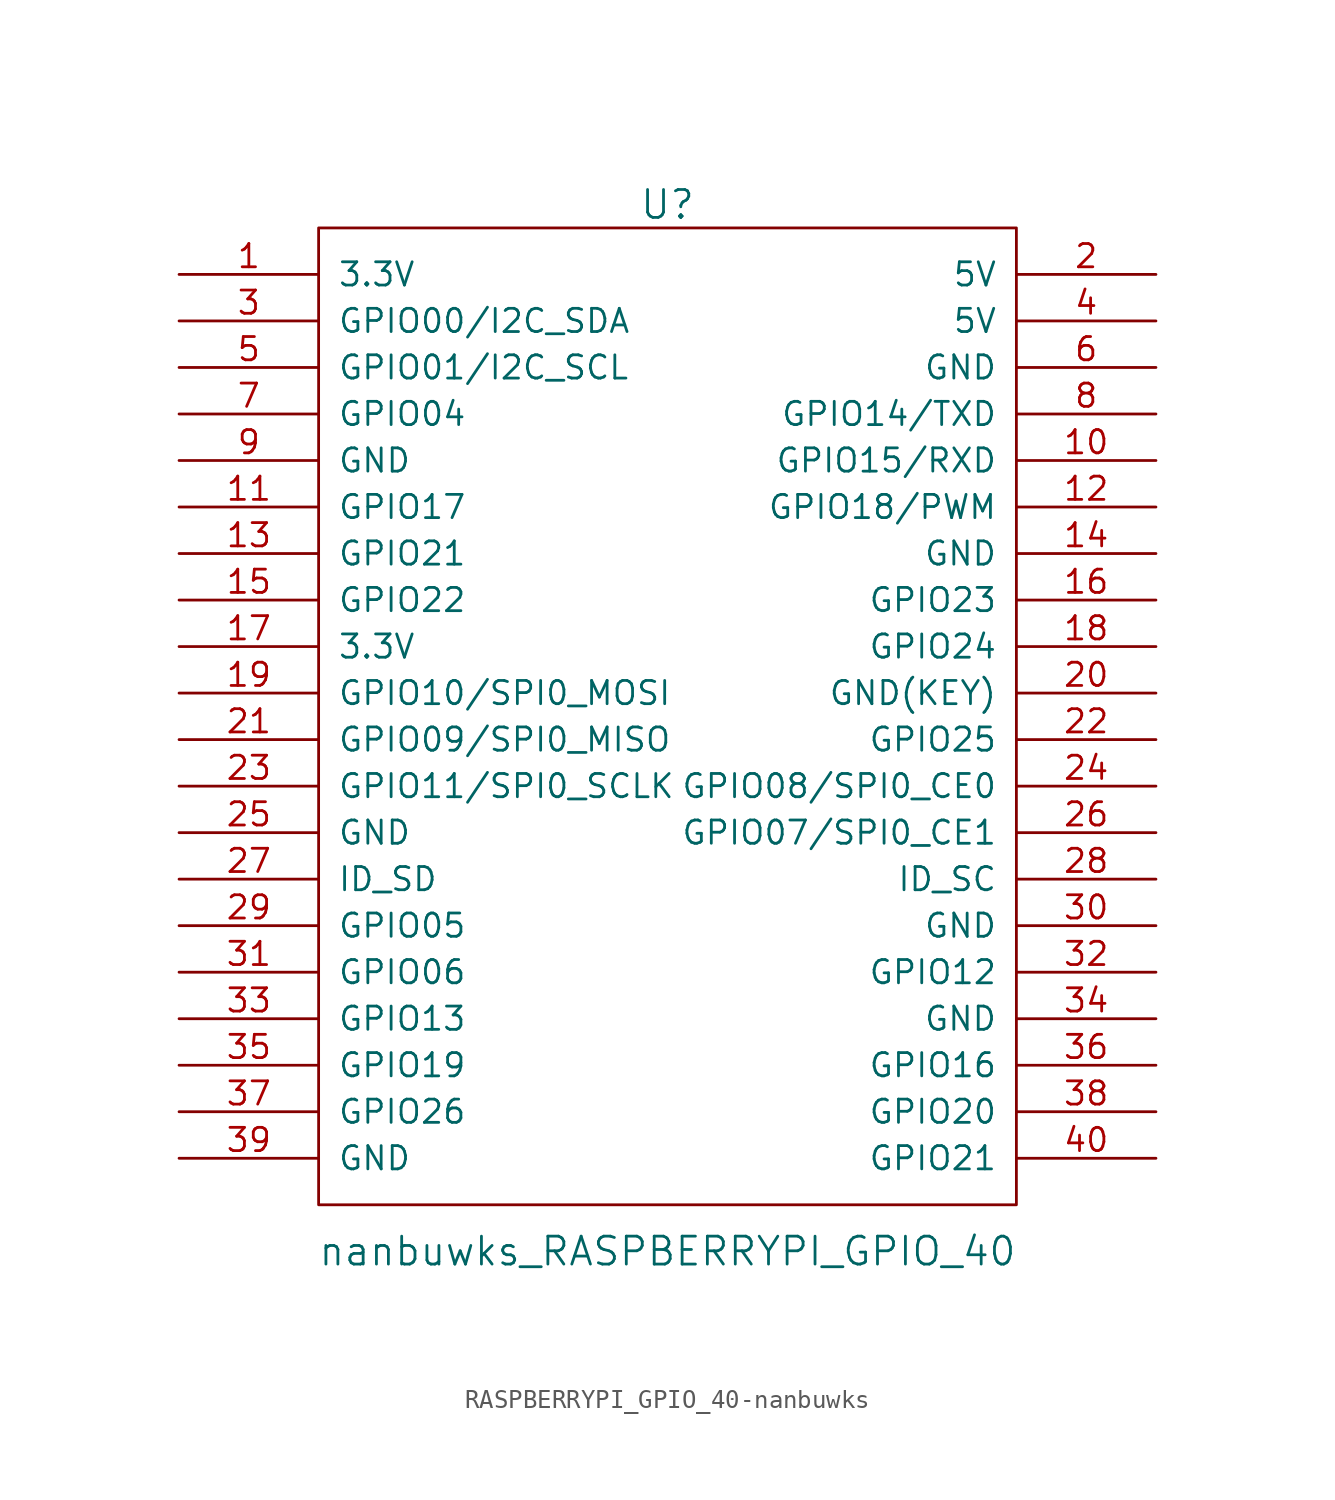
<source format=kicad_sym>
(kicad_symbol_lib
  (version 20220914)
  (generator kicad_symbol_editor)
  (symbol "RASPBERRYPI_GPIO_40-nanbuwks"
    (pin_names
      (offset 1.016))
    (property "Reference" "U"
      (at 0 19.05 0)
      (effects (font (size 1.524 1.524))))
    (property "Value" "nanbuwks_RASPBERRYPI_GPIO_40"
      (at 0 -38.1 0)
      (effects (font (size 1.524 1.524))))
    (property "Footprint" ""
      (at 0 -21.59 0)
      (effects (font (size 1.524 1.524))))
    (property "Datasheet" ""
      (at 0 -21.59 0)
      (effects (font (size 1.524 1.524))))
    (symbol "RASPBERRYPI_GPIO_40-nanbuwks_0_1"
      (rectangle (start -19.05 17.78) (end 19.05 -35.56) (stroke (width 0) (type solid)) (fill (type none))))
    (symbol "RASPBERRYPI_GPIO_40-nanbuwks_1_1"
      (pin input line (at -26.67 15.24 0) (length 7.62) (name "3.3V" (effects (font (size 1.27 1.27)))) (number "1" (effects (font (size 1.27 1.27)))))
      (pin input line (at 26.67 5.08 180) (length 7.62) (name "GPIO15/RXD" (effects (font (size 1.27 1.27)))) (number "10" (effects (font (size 1.27 1.27)))))
      (pin input line (at -26.67 2.54 0) (length 7.62) (name "GPIO17" (effects (font (size 1.27 1.27)))) (number "11" (effects (font (size 1.27 1.27)))))
      (pin input line (at 26.67 2.54 180) (length 7.62) (name "GPIO18/PWM" (effects (font (size 1.27 1.27)))) (number "12" (effects (font (size 1.27 1.27)))))
      (pin input line (at -26.67 0 0) (length 7.62) (name "GPIO21" (effects (font (size 1.27 1.27)))) (number "13" (effects (font (size 1.27 1.27)))))
      (pin input line (at 26.67 0 180) (length 7.62) (name "GND" (effects (font (size 1.27 1.27)))) (number "14" (effects (font (size 1.27 1.27)))))
      (pin input line (at -26.67 -2.54 0) (length 7.62) (name "GPIO22" (effects (font (size 1.27 1.27)))) (number "15" (effects (font (size 1.27 1.27)))))
      (pin input line (at 26.67 -2.54 180) (length 7.62) (name "GPIO23" (effects (font (size 1.27 1.27)))) (number "16" (effects (font (size 1.27 1.27)))))
      (pin input line (at -26.67 -5.08 0) (length 7.62) (name "3.3V" (effects (font (size 1.27 1.27)))) (number "17" (effects (font (size 1.27 1.27)))))
      (pin input line (at 26.67 -5.08 180) (length 7.62) (name "GPIO24" (effects (font (size 1.27 1.27)))) (number "18" (effects (font (size 1.27 1.27)))))
      (pin input line (at -26.67 -7.62 0) (length 7.62) (name "GPIO10/SPI0_MOSI" (effects (font (size 1.27 1.27)))) (number "19" (effects (font (size 1.27 1.27)))))
      (pin input line (at 26.67 15.24 180) (length 7.62) (name "5V" (effects (font (size 1.27 1.27)))) (number "2" (effects (font (size 1.27 1.27)))))
      (pin input line (at 26.67 -7.62 180) (length 7.62) (name "GND(KEY)" (effects (font (size 1.27 1.27)))) (number "20" (effects (font (size 1.27 1.27)))))
      (pin input line (at -26.67 -10.16 0) (length 7.62) (name "GPIO09/SPI0_MISO" (effects (font (size 1.27 1.27)))) (number "21" (effects (font (size 1.27 1.27)))))
      (pin input line (at 26.67 -10.16 180) (length 7.62) (name "GPIO25" (effects (font (size 1.27 1.27)))) (number "22" (effects (font (size 1.27 1.27)))))
      (pin input line (at -26.67 -12.7 0) (length 7.62) (name "GPIO11/SPI0_SCLK" (effects (font (size 1.27 1.27)))) (number "23" (effects (font (size 1.27 1.27)))))
      (pin input line (at 26.67 -12.7 180) (length 7.62) (name "GPIO08/SPI0_CE0" (effects (font (size 1.27 1.27)))) (number "24" (effects (font (size 1.27 1.27)))))
      (pin input line (at -26.67 -15.24 0) (length 7.62) (name "GND" (effects (font (size 1.27 1.27)))) (number "25" (effects (font (size 1.27 1.27)))))
      (pin input line (at 26.67 -15.24 180) (length 7.62) (name "GPIO07/SPI0_CE1" (effects (font (size 1.27 1.27)))) (number "26" (effects (font (size 1.27 1.27)))))
      (pin input line (at -26.67 -17.78 0) (length 7.62) (name "ID_SD" (effects (font (size 1.27 1.27)))) (number "27" (effects (font (size 1.27 1.27)))))
      (pin input line (at 26.67 -17.78 180) (length 7.62) (name "ID_SC" (effects (font (size 1.27 1.27)))) (number "28" (effects (font (size 1.27 1.27)))))
      (pin input line (at -26.67 -20.32 0) (length 7.62) (name "GPIO05" (effects (font (size 1.27 1.27)))) (number "29" (effects (font (size 1.27 1.27)))))
      (pin input line (at -26.67 12.7 0) (length 7.62) (name "GPIO00/I2C_SDA" (effects (font (size 1.27 1.27)))) (number "3" (effects (font (size 1.27 1.27)))))
      (pin input line (at 26.67 -20.32 180) (length 7.62) (name "GND" (effects (font (size 1.27 1.27)))) (number "30" (effects (font (size 1.27 1.27)))))
      (pin input line (at -26.67 -22.86 0) (length 7.62) (name "GPIO06" (effects (font (size 1.27 1.27)))) (number "31" (effects (font (size 1.27 1.27)))))
      (pin input line (at 26.67 -22.86 180) (length 7.62) (name "GPIO12" (effects (font (size 1.27 1.27)))) (number "32" (effects (font (size 1.27 1.27)))))
      (pin input line (at -26.67 -25.4 0) (length 7.62) (name "GPIO13" (effects (font (size 1.27 1.27)))) (number "33" (effects (font (size 1.27 1.27)))))
      (pin input line (at 26.67 -25.4 180) (length 7.62) (name "GND" (effects (font (size 1.27 1.27)))) (number "34" (effects (font (size 1.27 1.27)))))
      (pin input line (at -26.67 -27.94 0) (length 7.62) (name "GPIO19" (effects (font (size 1.27 1.27)))) (number "35" (effects (font (size 1.27 1.27)))))
      (pin input line (at 26.67 -27.94 180) (length 7.62) (name "GPIO16" (effects (font (size 1.27 1.27)))) (number "36" (effects (font (size 1.27 1.27)))))
      (pin input line (at -26.67 -30.48 0) (length 7.62) (name "GPIO26" (effects (font (size 1.27 1.27)))) (number "37" (effects (font (size 1.27 1.27)))))
      (pin input line (at 26.67 -30.48 180) (length 7.62) (name "GPIO20" (effects (font (size 1.27 1.27)))) (number "38" (effects (font (size 1.27 1.27)))))
      (pin input line (at -26.67 -33.02 0) (length 7.62) (name "GND" (effects (font (size 1.27 1.27)))) (number "39" (effects (font (size 1.27 1.27)))))
      (pin input line (at 26.67 12.7 180) (length 7.62) (name "5V" (effects (font (size 1.27 1.27)))) (number "4" (effects (font (size 1.27 1.27)))))
      (pin input line (at 26.67 -33.02 180) (length 7.62) (name "GPIO21" (effects (font (size 1.27 1.27)))) (number "40" (effects (font (size 1.27 1.27)))))
      (pin input line (at -26.67 10.16 0) (length 7.62) (name "GPIO01/I2C_SCL" (effects (font (size 1.27 1.27)))) (number "5" (effects (font (size 1.27 1.27)))))
      (pin input line (at 26.67 10.16 180) (length 7.62) (name "GND" (effects (font (size 1.27 1.27)))) (number "6" (effects (font (size 1.27 1.27)))))
      (pin input line (at -26.67 7.62 0) (length 7.62) (name "GPIO04" (effects (font (size 1.27 1.27)))) (number "7" (effects (font (size 1.27 1.27)))))
      (pin input line (at 26.67 7.62 180) (length 7.62) (name "GPIO14/TXD" (effects (font (size 1.27 1.27)))) (number "8" (effects (font (size 1.27 1.27)))))
      (pin input line (at -26.67 5.08 0) (length 7.62) (name "GND" (effects (font (size 1.27 1.27)))) (number "9" (effects (font (size 1.27 1.27))))))))
</source>
